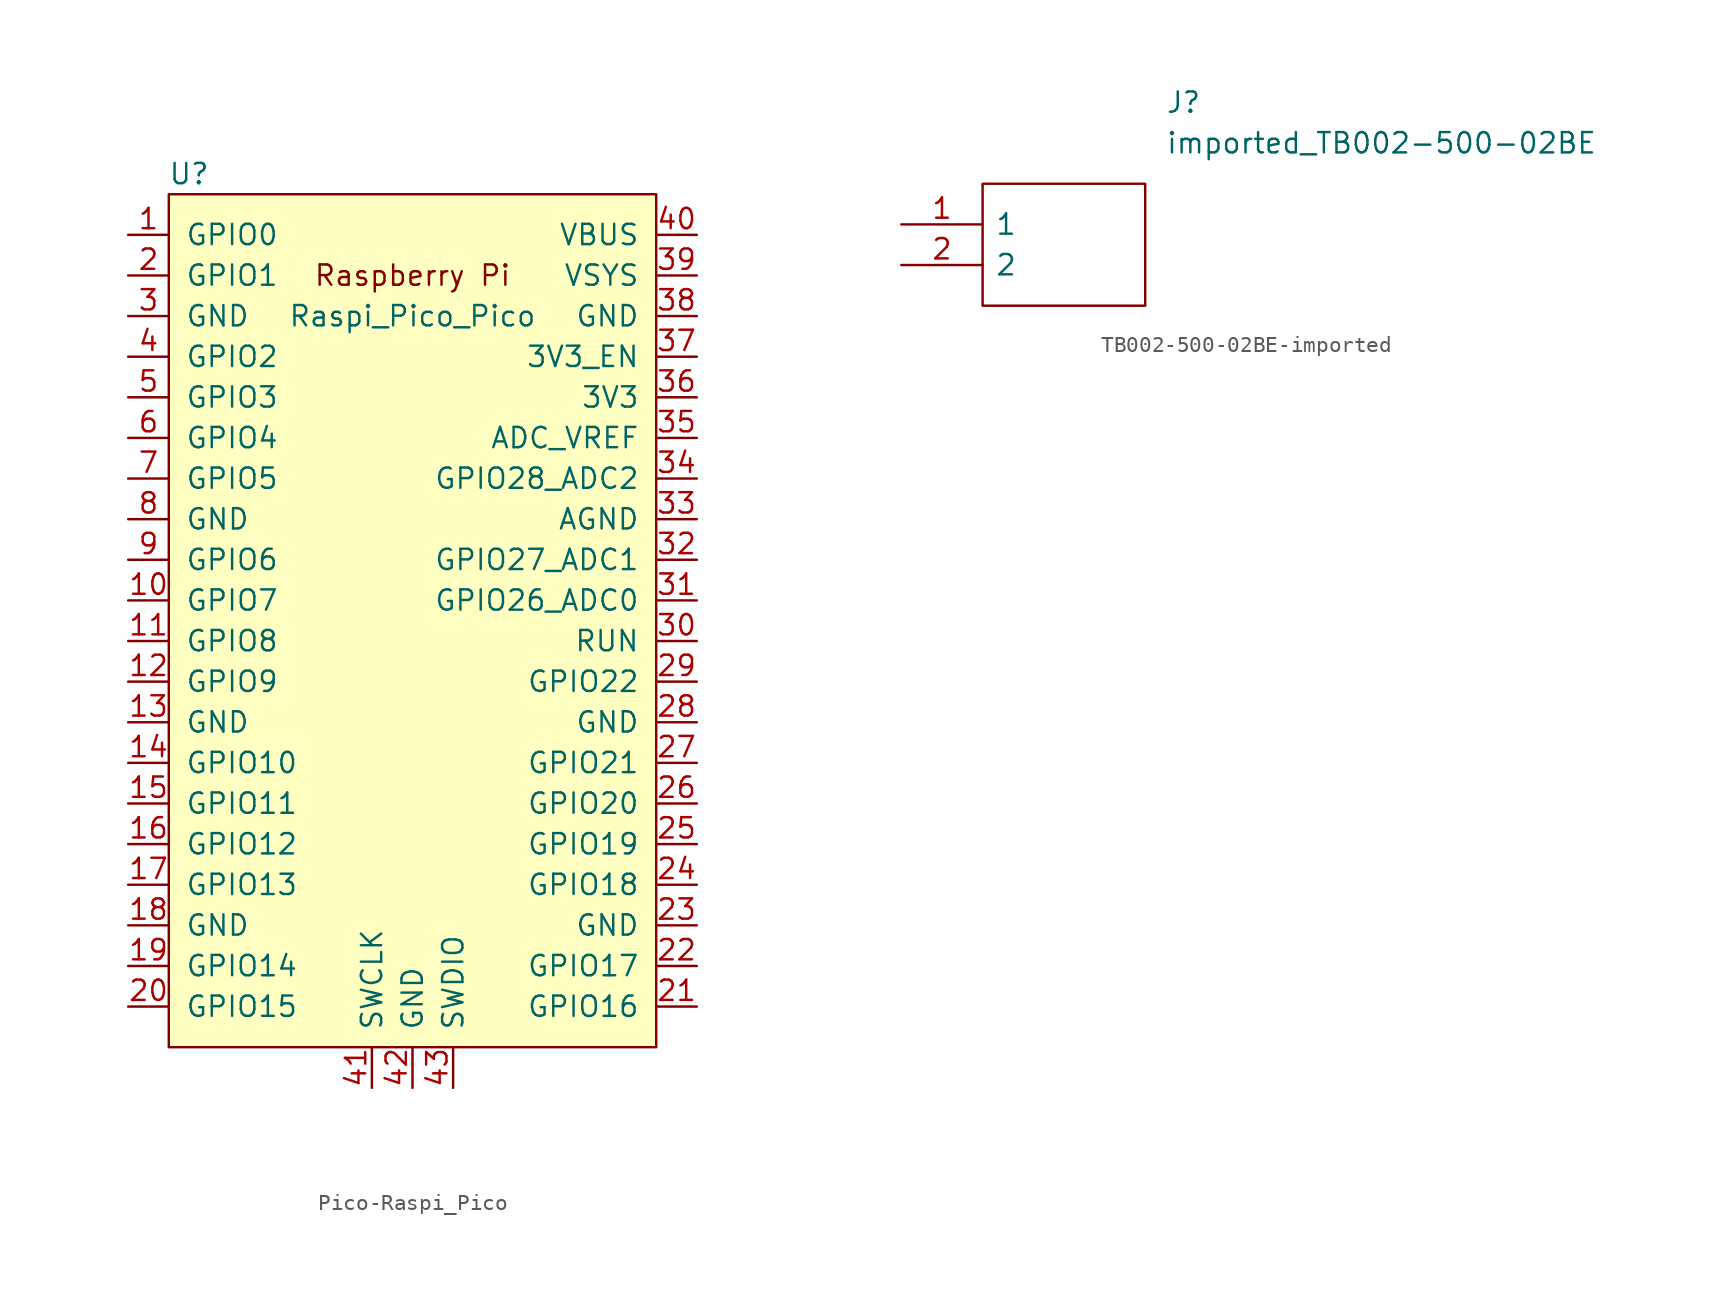
<source format=kicad_sym>
(kicad_symbol_lib
  (version 20231120)
  (generator "kicad_symbol_editor")
  (generator_version "8.0")
  (symbol "Pico-Raspi_Pico"
    (pin_names
      (offset 1.016))
    (property "Reference" "U"
      (at -13.97 27.94 0)
      (effects (font (size 1.27 1.27))))
    (property "Value" "Raspi_Pico_Pico"
      (at 0 19.05 0)
      (effects (font (size 1.27 1.27))))
    (symbol "Pico-Raspi_Pico_0_0"
      (text "Raspberry Pi" (at 0 21.59 0) (effects (font (size 1.27 1.27)))))
    (symbol "Pico-Raspi_Pico_0_1"
      (rectangle (start -15.24 26.67) (end 15.24 -26.67) (stroke (width 0) (type solid)) (fill (type background))))
    (symbol "Pico-Raspi_Pico_1_1"
      (pin bidirectional line (at -17.78 24.13 0) (length 2.54) (name "GPIO0" (effects (font (size 1.27 1.27)))) (number "1" (effects (font (size 1.27 1.27)))))
      (pin bidirectional line (at -17.78 1.27 0) (length 2.54) (name "GPIO7" (effects (font (size 1.27 1.27)))) (number "10" (effects (font (size 1.27 1.27)))))
      (pin bidirectional line (at -17.78 -1.27 0) (length 2.54) (name "GPIO8" (effects (font (size 1.27 1.27)))) (number "11" (effects (font (size 1.27 1.27)))))
      (pin bidirectional line (at -17.78 -3.81 0) (length 2.54) (name "GPIO9" (effects (font (size 1.27 1.27)))) (number "12" (effects (font (size 1.27 1.27)))))
      (pin power_in line (at -17.78 -6.35 0) (length 2.54) (name "GND" (effects (font (size 1.27 1.27)))) (number "13" (effects (font (size 1.27 1.27)))))
      (pin bidirectional line (at -17.78 -8.89 0) (length 2.54) (name "GPIO10" (effects (font (size 1.27 1.27)))) (number "14" (effects (font (size 1.27 1.27)))))
      (pin bidirectional line (at -17.78 -11.43 0) (length 2.54) (name "GPIO11" (effects (font (size 1.27 1.27)))) (number "15" (effects (font (size 1.27 1.27)))))
      (pin bidirectional line (at -17.78 -13.97 0) (length 2.54) (name "GPIO12" (effects (font (size 1.27 1.27)))) (number "16" (effects (font (size 1.27 1.27)))))
      (pin bidirectional line (at -17.78 -16.51 0) (length 2.54) (name "GPIO13" (effects (font (size 1.27 1.27)))) (number "17" (effects (font (size 1.27 1.27)))))
      (pin power_in line (at -17.78 -19.05 0) (length 2.54) (name "GND" (effects (font (size 1.27 1.27)))) (number "18" (effects (font (size 1.27 1.27)))))
      (pin bidirectional line (at -17.78 -21.59 0) (length 2.54) (name "GPIO14" (effects (font (size 1.27 1.27)))) (number "19" (effects (font (size 1.27 1.27)))))
      (pin bidirectional line (at -17.78 21.59 0) (length 2.54) (name "GPIO1" (effects (font (size 1.27 1.27)))) (number "2" (effects (font (size 1.27 1.27)))))
      (pin bidirectional line (at -17.78 -24.13 0) (length 2.54) (name "GPIO15" (effects (font (size 1.27 1.27)))) (number "20" (effects (font (size 1.27 1.27)))))
      (pin bidirectional line (at 17.78 -24.13 180) (length 2.54) (name "GPIO16" (effects (font (size 1.27 1.27)))) (number "21" (effects (font (size 1.27 1.27)))))
      (pin bidirectional line (at 17.78 -21.59 180) (length 2.54) (name "GPIO17" (effects (font (size 1.27 1.27)))) (number "22" (effects (font (size 1.27 1.27)))))
      (pin power_in line (at 17.78 -19.05 180) (length 2.54) (name "GND" (effects (font (size 1.27 1.27)))) (number "23" (effects (font (size 1.27 1.27)))))
      (pin bidirectional line (at 17.78 -16.51 180) (length 2.54) (name "GPIO18" (effects (font (size 1.27 1.27)))) (number "24" (effects (font (size 1.27 1.27)))))
      (pin bidirectional line (at 17.78 -13.97 180) (length 2.54) (name "GPIO19" (effects (font (size 1.27 1.27)))) (number "25" (effects (font (size 1.27 1.27)))))
      (pin bidirectional line (at 17.78 -11.43 180) (length 2.54) (name "GPIO20" (effects (font (size 1.27 1.27)))) (number "26" (effects (font (size 1.27 1.27)))))
      (pin bidirectional line (at 17.78 -8.89 180) (length 2.54) (name "GPIO21" (effects (font (size 1.27 1.27)))) (number "27" (effects (font (size 1.27 1.27)))))
      (pin power_in line (at 17.78 -6.35 180) (length 2.54) (name "GND" (effects (font (size 1.27 1.27)))) (number "28" (effects (font (size 1.27 1.27)))))
      (pin bidirectional line (at 17.78 -3.81 180) (length 2.54) (name "GPIO22" (effects (font (size 1.27 1.27)))) (number "29" (effects (font (size 1.27 1.27)))))
      (pin power_in line (at -17.78 19.05 0) (length 2.54) (name "GND" (effects (font (size 1.27 1.27)))) (number "3" (effects (font (size 1.27 1.27)))))
      (pin input line (at 17.78 -1.27 180) (length 2.54) (name "RUN" (effects (font (size 1.27 1.27)))) (number "30" (effects (font (size 1.27 1.27)))))
      (pin bidirectional line (at 17.78 1.27 180) (length 2.54) (name "GPIO26_ADC0" (effects (font (size 1.27 1.27)))) (number "31" (effects (font (size 1.27 1.27)))))
      (pin bidirectional line (at 17.78 3.81 180) (length 2.54) (name "GPIO27_ADC1" (effects (font (size 1.27 1.27)))) (number "32" (effects (font (size 1.27 1.27)))))
      (pin power_in line (at 17.78 6.35 180) (length 2.54) (name "AGND" (effects (font (size 1.27 1.27)))) (number "33" (effects (font (size 1.27 1.27)))))
      (pin bidirectional line (at 17.78 8.89 180) (length 2.54) (name "GPIO28_ADC2" (effects (font (size 1.27 1.27)))) (number "34" (effects (font (size 1.27 1.27)))))
      (pin unspecified line (at 17.78 11.43 180) (length 2.54) (name "ADC_VREF" (effects (font (size 1.27 1.27)))) (number "35" (effects (font (size 1.27 1.27)))))
      (pin unspecified line (at 17.78 13.97 180) (length 2.54) (name "3V3" (effects (font (size 1.27 1.27)))) (number "36" (effects (font (size 1.27 1.27)))))
      (pin input line (at 17.78 16.51 180) (length 2.54) (name "3V3_EN" (effects (font (size 1.27 1.27)))) (number "37" (effects (font (size 1.27 1.27)))))
      (pin bidirectional line (at 17.78 19.05 180) (length 2.54) (name "GND" (effects (font (size 1.27 1.27)))) (number "38" (effects (font (size 1.27 1.27)))))
      (pin unspecified line (at 17.78 21.59 180) (length 2.54) (name "VSYS" (effects (font (size 1.27 1.27)))) (number "39" (effects (font (size 1.27 1.27)))))
      (pin bidirectional line (at -17.78 16.51 0) (length 2.54) (name "GPIO2" (effects (font (size 1.27 1.27)))) (number "4" (effects (font (size 1.27 1.27)))))
      (pin unspecified line (at 17.78 24.13 180) (length 2.54) (name "VBUS" (effects (font (size 1.27 1.27)))) (number "40" (effects (font (size 1.27 1.27)))))
      (pin input line (at -2.54 -29.21 90) (length 2.54) (name "SWCLK" (effects (font (size 1.27 1.27)))) (number "41" (effects (font (size 1.27 1.27)))))
      (pin power_in line (at 0 -29.21 90) (length 2.54) (name "GND" (effects (font (size 1.27 1.27)))) (number "42" (effects (font (size 1.27 1.27)))))
      (pin bidirectional line (at 2.54 -29.21 90) (length 2.54) (name "SWDIO" (effects (font (size 1.27 1.27)))) (number "43" (effects (font (size 1.27 1.27)))))
      (pin bidirectional line (at -17.78 13.97 0) (length 2.54) (name "GPIO3" (effects (font (size 1.27 1.27)))) (number "5" (effects (font (size 1.27 1.27)))))
      (pin bidirectional line (at -17.78 11.43 0) (length 2.54) (name "GPIO4" (effects (font (size 1.27 1.27)))) (number "6" (effects (font (size 1.27 1.27)))))
      (pin bidirectional line (at -17.78 8.89 0) (length 2.54) (name "GPIO5" (effects (font (size 1.27 1.27)))) (number "7" (effects (font (size 1.27 1.27)))))
      (pin power_in line (at -17.78 6.35 0) (length 2.54) (name "GND" (effects (font (size 1.27 1.27)))) (number "8" (effects (font (size 1.27 1.27)))))
      (pin bidirectional line (at -17.78 3.81 0) (length 2.54) (name "GPIO6" (effects (font (size 1.27 1.27)))) (number "9" (effects (font (size 1.27 1.27)))))))
  (symbol "TB002-500-02BE-imported"
    (pin_names
      (offset 0.762))
    (property "Reference" "J"
      (at 16.51 7.62 0)
      (effects (font (size 1.27 1.27)) (justify left)))
    (property "Value" "imported_TB002-500-02BE"
      (at 16.51 5.08 0)
      (effects (font (size 1.27 1.27)) (justify left)))
    (symbol "TB002-500-02BE-imported_0_0"
      (pin passive line (at 0 0 0) (length 5.08) (name "1" (effects (font (size 1.27 1.27)))) (number "1" (effects (font (size 1.27 1.27)))))
      (pin passive line (at 0 -2.54 0) (length 5.08) (name "2" (effects (font (size 1.27 1.27)))) (number "2" (effects (font (size 1.27 1.27))))))
    (symbol "TB002-500-02BE-imported_0_1"
      (polyline (pts (xy 5.08 2.54) (xy 15.24 2.54) (xy 15.24 -5.08) (xy 5.08 -5.08) (xy 5.08 2.54)) (stroke (width 0.152) (type solid)) (fill (type none))))))
</source>
